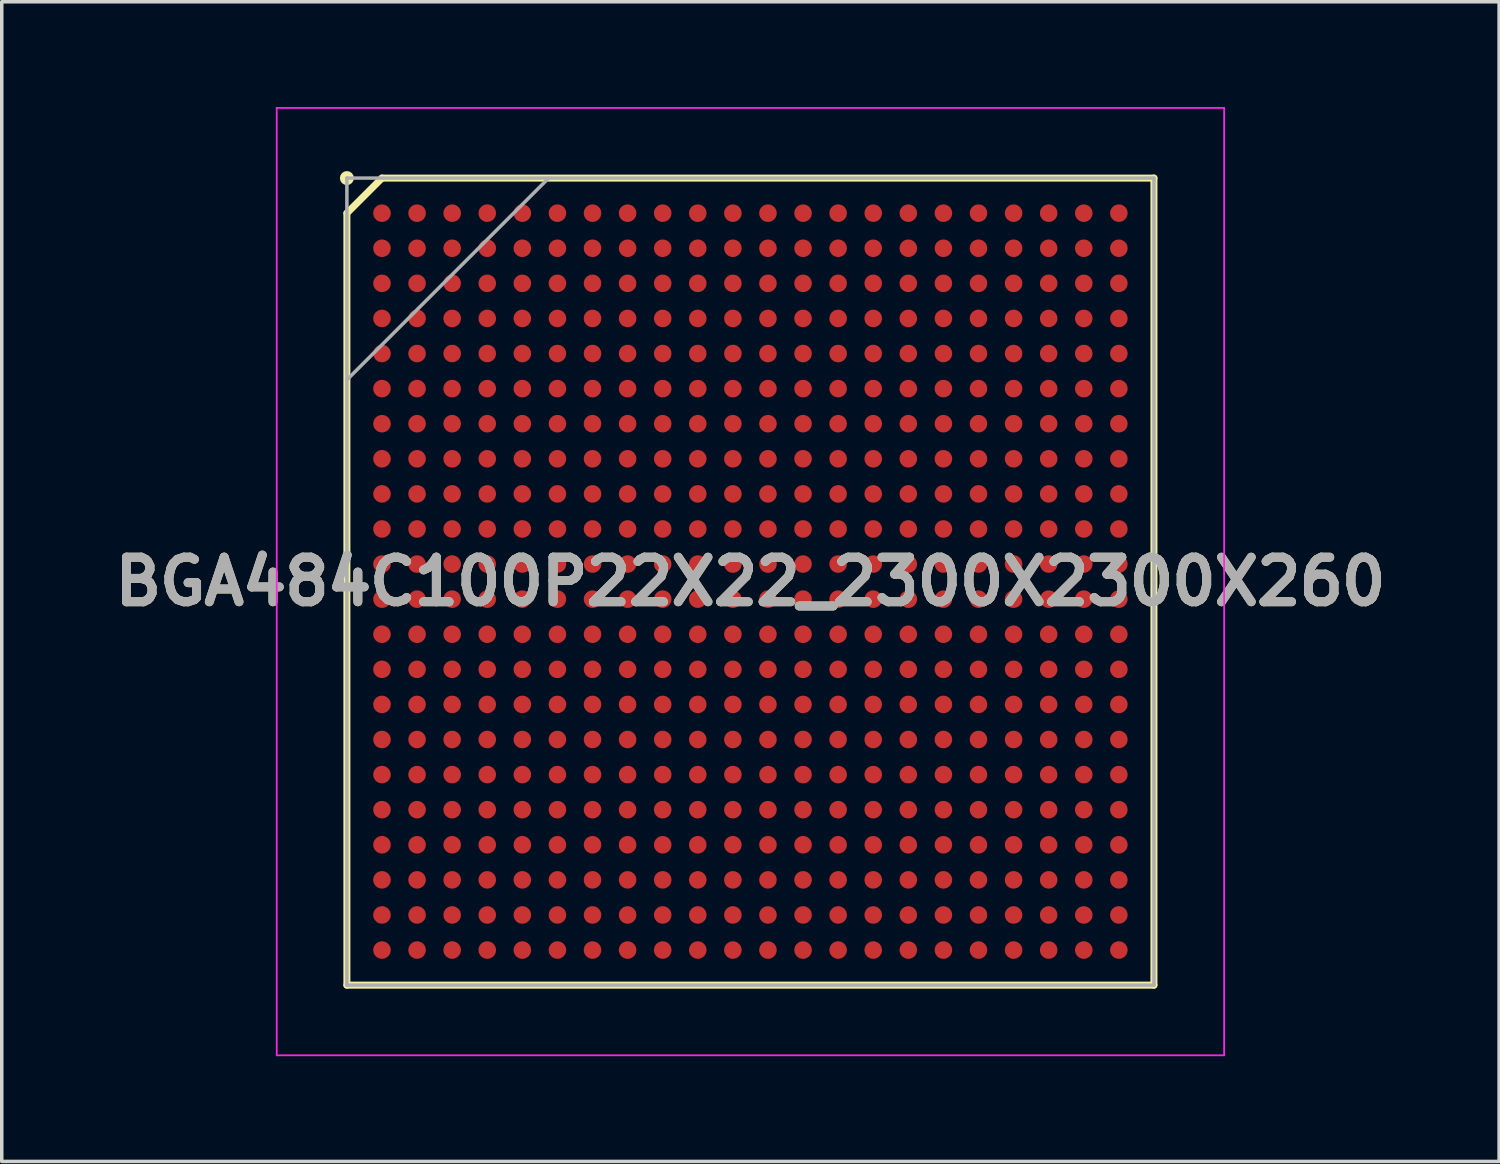
<source format=kicad_pcb>
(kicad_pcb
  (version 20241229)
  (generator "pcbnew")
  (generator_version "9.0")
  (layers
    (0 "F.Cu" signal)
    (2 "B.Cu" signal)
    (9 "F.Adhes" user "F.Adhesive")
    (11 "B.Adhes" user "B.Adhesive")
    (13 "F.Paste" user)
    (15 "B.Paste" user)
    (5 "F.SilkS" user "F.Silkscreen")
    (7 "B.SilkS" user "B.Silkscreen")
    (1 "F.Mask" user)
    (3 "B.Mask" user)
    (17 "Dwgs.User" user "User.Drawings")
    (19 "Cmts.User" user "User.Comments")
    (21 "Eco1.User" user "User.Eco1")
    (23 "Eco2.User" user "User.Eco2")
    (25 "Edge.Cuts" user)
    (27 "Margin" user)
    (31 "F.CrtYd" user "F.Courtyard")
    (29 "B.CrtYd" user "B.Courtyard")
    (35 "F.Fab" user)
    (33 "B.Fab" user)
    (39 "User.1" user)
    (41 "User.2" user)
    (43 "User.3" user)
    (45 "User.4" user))
  (footprint "BGA484C100P22X22_2300X2300X260"
    (layer "F.Cu")
    (at 18.336 13.525)
    (property "Reference" "BGA484C100P22X22_2300X2300X260" (at 0 0 0) (layer "F.SilkS") (effects (font (size 1.27 1.27) (thickness 0.254))))
    (attr smd)
    (fp_line (start -11.5 -10.5) (end -10.5 -11.5) (stroke (width 0.2) (type solid)) (layer "F.SilkS"))
    (fp_line (start -11.5 11.5) (end -11.5 -10.5) (stroke (width 0.2) (type solid)) (layer "F.SilkS"))
    (fp_line (start -10.5 -11.5) (end 11.5 -11.5) (stroke (width 0.2) (type solid)) (layer "F.SilkS"))
    (fp_line (start 11.5 -11.5) (end 11.5 11.5) (stroke (width 0.2) (type solid)) (layer "F.SilkS"))
    (fp_line (start 11.5 11.5) (end -11.5 11.5) (stroke (width 0.2) (type solid)) (layer "F.SilkS"))
    (fp_circle (center -11.5 -11.5) (end -11.5 -11.4) (stroke (width 0.2) (type solid)) (fill no) (layer "F.SilkS"))
    (fp_line (start -13.5 -13.5) (end 13.5 -13.5) (stroke (width 0.05) (type solid)) (layer "F.CrtYd"))
    (fp_line (start -13.5 13.5) (end -13.5 -13.5) (stroke (width 0.05) (type solid)) (layer "F.CrtYd"))
    (fp_line (start 13.5 -13.5) (end 13.5 13.5) (stroke (width 0.05) (type solid)) (layer "F.CrtYd"))
    (fp_line (start 13.5 13.5) (end -13.5 13.5) (stroke (width 0.05) (type solid)) (layer "F.CrtYd"))
    (fp_line (start -11.5 -11.5) (end 11.5 -11.5) (stroke (width 0.1) (type solid)) (layer "F.Fab"))
    (fp_line (start -11.5 -5.75) (end -5.75 -11.5) (stroke (width 0.1) (type solid)) (layer "F.Fab"))
    (fp_line (start -11.5 11.5) (end -11.5 -11.5) (stroke (width 0.1) (type solid)) (layer "F.Fab"))
    (fp_line (start 11.5 -11.5) (end 11.5 11.5) (stroke (width 0.1) (type solid)) (layer "F.Fab"))
    (fp_line (start 11.5 11.5) (end -11.5 11.5) (stroke (width 0.1) (type solid)) (layer "F.Fab"))
    (fp_text user "${REFERENCE}" (at 0 0 0) (layer "F.Fab") (effects (font (size 1.27 1.27) (thickness 0.254))))
    (pad "A1" smd circle (at -10.5 -10.5 90) (size 0.5 0.5) (layers "F.Cu" "F.Mask" "F.Paste"))
    (pad "A2" smd circle (at -9.5 -10.5 90) (size 0.5 0.5) (layers "F.Cu" "F.Mask" "F.Paste"))
    (pad "A3" smd circle (at -8.5 -10.5 90) (size 0.5 0.5) (layers "F.Cu" "F.Mask" "F.Paste"))
    (pad "A4" smd circle (at -7.5 -10.5 90) (size 0.5 0.5) (layers "F.Cu" "F.Mask" "F.Paste"))
    (pad "A5" smd circle (at -6.5 -10.5 90) (size 0.5 0.5) (layers "F.Cu" "F.Mask" "F.Paste"))
    (pad "A6" smd circle (at -5.5 -10.5 90) (size 0.5 0.5) (layers "F.Cu" "F.Mask" "F.Paste"))
    (pad "A7" smd circle (at -4.5 -10.5 90) (size 0.5 0.5) (layers "F.Cu" "F.Mask" "F.Paste"))
    (pad "A8" smd circle (at -3.5 -10.5 90) (size 0.5 0.5) (layers "F.Cu" "F.Mask" "F.Paste"))
    (pad "A9" smd circle (at -2.5 -10.5 90) (size 0.5 0.5) (layers "F.Cu" "F.Mask" "F.Paste"))
    (pad "A10" smd circle (at -1.5 -10.5 90) (size 0.5 0.5) (layers "F.Cu" "F.Mask" "F.Paste"))
    (pad "A11" smd circle (at -0.5 -10.5 90) (size 0.5 0.5) (layers "F.Cu" "F.Mask" "F.Paste"))
    (pad "A12" smd circle (at 0.5 -10.5 90) (size 0.5 0.5) (layers "F.Cu" "F.Mask" "F.Paste"))
    (pad "A13" smd circle (at 1.5 -10.5 90) (size 0.5 0.5) (layers "F.Cu" "F.Mask" "F.Paste"))
    (pad "A14" smd circle (at 2.5 -10.5 90) (size 0.5 0.5) (layers "F.Cu" "F.Mask" "F.Paste"))
    (pad "A15" smd circle (at 3.5 -10.5 90) (size 0.5 0.5) (layers "F.Cu" "F.Mask" "F.Paste"))
    (pad "A16" smd circle (at 4.5 -10.5 90) (size 0.5 0.5) (layers "F.Cu" "F.Mask" "F.Paste"))
    (pad "A17" smd circle (at 5.5 -10.5 90) (size 0.5 0.5) (layers "F.Cu" "F.Mask" "F.Paste"))
    (pad "A18" smd circle (at 6.5 -10.5 90) (size 0.5 0.5) (layers "F.Cu" "F.Mask" "F.Paste"))
    (pad "A19" smd circle (at 7.5 -10.5 90) (size 0.5 0.5) (layers "F.Cu" "F.Mask" "F.Paste"))
    (pad "A20" smd circle (at 8.5 -10.5 90) (size 0.5 0.5) (layers "F.Cu" "F.Mask" "F.Paste"))
    (pad "A21" smd circle (at 9.5 -10.5 90) (size 0.5 0.5) (layers "F.Cu" "F.Mask" "F.Paste"))
    (pad "A22" smd circle (at 10.5 -10.5 90) (size 0.5 0.5) (layers "F.Cu" "F.Mask" "F.Paste"))
    (pad "AA1" smd circle (at -10.5 9.5 90) (size 0.5 0.5) (layers "F.Cu" "F.Mask" "F.Paste"))
    (pad "AA2" smd circle (at -9.5 9.5 90) (size 0.5 0.5) (layers "F.Cu" "F.Mask" "F.Paste"))
    (pad "AA3" smd circle (at -8.5 9.5 90) (size 0.5 0.5) (layers "F.Cu" "F.Mask" "F.Paste"))
    (pad "AA4" smd circle (at -7.5 9.5 90) (size 0.5 0.5) (layers "F.Cu" "F.Mask" "F.Paste"))
    (pad "AA5" smd circle (at -6.5 9.5 90) (size 0.5 0.5) (layers "F.Cu" "F.Mask" "F.Paste"))
    (pad "AA6" smd circle (at -5.5 9.5 90) (size 0.5 0.5) (layers "F.Cu" "F.Mask" "F.Paste"))
    (pad "AA7" smd circle (at -4.5 9.5 90) (size 0.5 0.5) (layers "F.Cu" "F.Mask" "F.Paste"))
    (pad "AA8" smd circle (at -3.5 9.5 90) (size 0.5 0.5) (layers "F.Cu" "F.Mask" "F.Paste"))
    (pad "AA9" smd circle (at -2.5 9.5 90) (size 0.5 0.5) (layers "F.Cu" "F.Mask" "F.Paste"))
    (pad "AA10" smd circle (at -1.5 9.5 90) (size 0.5 0.5) (layers "F.Cu" "F.Mask" "F.Paste"))
    (pad "AA11" smd circle (at -0.5 9.5 90) (size 0.5 0.5) (layers "F.Cu" "F.Mask" "F.Paste"))
    (pad "AA12" smd circle (at 0.5 9.5 90) (size 0.5 0.5) (layers "F.Cu" "F.Mask" "F.Paste"))
    (pad "AA13" smd circle (at 1.5 9.5 90) (size 0.5 0.5) (layers "F.Cu" "F.Mask" "F.Paste"))
    (pad "AA14" smd circle (at 2.5 9.5 90) (size 0.5 0.5) (layers "F.Cu" "F.Mask" "F.Paste"))
    (pad "AA15" smd circle (at 3.5 9.5 90) (size 0.5 0.5) (layers "F.Cu" "F.Mask" "F.Paste"))
    (pad "AA16" smd circle (at 4.5 9.5 90) (size 0.5 0.5) (layers "F.Cu" "F.Mask" "F.Paste"))
    (pad "AA17" smd circle (at 5.5 9.5 90) (size 0.5 0.5) (layers "F.Cu" "F.Mask" "F.Paste"))
    (pad "AA18" smd circle (at 6.5 9.5 90) (size 0.5 0.5) (layers "F.Cu" "F.Mask" "F.Paste"))
    (pad "AA19" smd circle (at 7.5 9.5 90) (size 0.5 0.5) (layers "F.Cu" "F.Mask" "F.Paste"))
    (pad "AA20" smd circle (at 8.5 9.5 90) (size 0.5 0.5) (layers "F.Cu" "F.Mask" "F.Paste"))
    (pad "AA21" smd circle (at 9.5 9.5 90) (size 0.5 0.5) (layers "F.Cu" "F.Mask" "F.Paste"))
    (pad "AA22" smd circle (at 10.5 9.5 90) (size 0.5 0.5) (layers "F.Cu" "F.Mask" "F.Paste"))
    (pad "AB1" smd circle (at -10.5 10.5 90) (size 0.5 0.5) (layers "F.Cu" "F.Mask" "F.Paste"))
    (pad "AB2" smd circle (at -9.5 10.5 90) (size 0.5 0.5) (layers "F.Cu" "F.Mask" "F.Paste"))
    (pad "AB3" smd circle (at -8.5 10.5 90) (size 0.5 0.5) (layers "F.Cu" "F.Mask" "F.Paste"))
    (pad "AB4" smd circle (at -7.5 10.5 90) (size 0.5 0.5) (layers "F.Cu" "F.Mask" "F.Paste"))
    (pad "AB5" smd circle (at -6.5 10.5 90) (size 0.5 0.5) (layers "F.Cu" "F.Mask" "F.Paste"))
    (pad "AB6" smd circle (at -5.5 10.5 90) (size 0.5 0.5) (layers "F.Cu" "F.Mask" "F.Paste"))
    (pad "AB7" smd circle (at -4.5 10.5 90) (size 0.5 0.5) (layers "F.Cu" "F.Mask" "F.Paste"))
    (pad "AB8" smd circle (at -3.5 10.5 90) (size 0.5 0.5) (layers "F.Cu" "F.Mask" "F.Paste"))
    (pad "AB9" smd circle (at -2.5 10.5 90) (size 0.5 0.5) (layers "F.Cu" "F.Mask" "F.Paste"))
    (pad "AB10" smd circle (at -1.5 10.5 90) (size 0.5 0.5) (layers "F.Cu" "F.Mask" "F.Paste"))
    (pad "AB11" smd circle (at -0.5 10.5 90) (size 0.5 0.5) (layers "F.Cu" "F.Mask" "F.Paste"))
    (pad "AB12" smd circle (at 0.5 10.5 90) (size 0.5 0.5) (layers "F.Cu" "F.Mask" "F.Paste"))
    (pad "AB13" smd circle (at 1.5 10.5 90) (size 0.5 0.5) (layers "F.Cu" "F.Mask" "F.Paste"))
    (pad "AB14" smd circle (at 2.5 10.5 90) (size 0.5 0.5) (layers "F.Cu" "F.Mask" "F.Paste"))
    (pad "AB15" smd circle (at 3.5 10.5 90) (size 0.5 0.5) (layers "F.Cu" "F.Mask" "F.Paste"))
    (pad "AB16" smd circle (at 4.5 10.5 90) (size 0.5 0.5) (layers "F.Cu" "F.Mask" "F.Paste"))
    (pad "AB17" smd circle (at 5.5 10.5 90) (size 0.5 0.5) (layers "F.Cu" "F.Mask" "F.Paste"))
    (pad "AB18" smd circle (at 6.5 10.5 90) (size 0.5 0.5) (layers "F.Cu" "F.Mask" "F.Paste"))
    (pad "AB19" smd circle (at 7.5 10.5 90) (size 0.5 0.5) (layers "F.Cu" "F.Mask" "F.Paste"))
    (pad "AB20" smd circle (at 8.5 10.5 90) (size 0.5 0.5) (layers "F.Cu" "F.Mask" "F.Paste"))
    (pad "AB21" smd circle (at 9.5 10.5 90) (size 0.5 0.5) (layers "F.Cu" "F.Mask" "F.Paste"))
    (pad "AB22" smd circle (at 10.5 10.5 90) (size 0.5 0.5) (layers "F.Cu" "F.Mask" "F.Paste"))
    (pad "B1" smd circle (at -10.5 -9.5 90) (size 0.5 0.5) (layers "F.Cu" "F.Mask" "F.Paste"))
    (pad "B2" smd circle (at -9.5 -9.5 90) (size 0.5 0.5) (layers "F.Cu" "F.Mask" "F.Paste"))
    (pad "B3" smd circle (at -8.5 -9.5 90) (size 0.5 0.5) (layers "F.Cu" "F.Mask" "F.Paste"))
    (pad "B4" smd circle (at -7.5 -9.5 90) (size 0.5 0.5) (layers "F.Cu" "F.Mask" "F.Paste"))
    (pad "B5" smd circle (at -6.5 -9.5 90) (size 0.5 0.5) (layers "F.Cu" "F.Mask" "F.Paste"))
    (pad "B6" smd circle (at -5.5 -9.5 90) (size 0.5 0.5) (layers "F.Cu" "F.Mask" "F.Paste"))
    (pad "B7" smd circle (at -4.5 -9.5 90) (size 0.5 0.5) (layers "F.Cu" "F.Mask" "F.Paste"))
    (pad "B8" smd circle (at -3.5 -9.5 90) (size 0.5 0.5) (layers "F.Cu" "F.Mask" "F.Paste"))
    (pad "B9" smd circle (at -2.5 -9.5 90) (size 0.5 0.5) (layers "F.Cu" "F.Mask" "F.Paste"))
    (pad "B10" smd circle (at -1.5 -9.5 90) (size 0.5 0.5) (layers "F.Cu" "F.Mask" "F.Paste"))
    (pad "B11" smd circle (at -0.5 -9.5 90) (size 0.5 0.5) (layers "F.Cu" "F.Mask" "F.Paste"))
    (pad "B12" smd circle (at 0.5 -9.5 90) (size 0.5 0.5) (layers "F.Cu" "F.Mask" "F.Paste"))
    (pad "B13" smd circle (at 1.5 -9.5 90) (size 0.5 0.5) (layers "F.Cu" "F.Mask" "F.Paste"))
    (pad "B14" smd circle (at 2.5 -9.5 90) (size 0.5 0.5) (layers "F.Cu" "F.Mask" "F.Paste"))
    (pad "B15" smd circle (at 3.5 -9.5 90) (size 0.5 0.5) (layers "F.Cu" "F.Mask" "F.Paste"))
    (pad "B16" smd circle (at 4.5 -9.5 90) (size 0.5 0.5) (layers "F.Cu" "F.Mask" "F.Paste"))
    (pad "B17" smd circle (at 5.5 -9.5 90) (size 0.5 0.5) (layers "F.Cu" "F.Mask" "F.Paste"))
    (pad "B18" smd circle (at 6.5 -9.5 90) (size 0.5 0.5) (layers "F.Cu" "F.Mask" "F.Paste"))
    (pad "B19" smd circle (at 7.5 -9.5 90) (size 0.5 0.5) (layers "F.Cu" "F.Mask" "F.Paste"))
    (pad "B20" smd circle (at 8.5 -9.5 90) (size 0.5 0.5) (layers "F.Cu" "F.Mask" "F.Paste"))
    (pad "B21" smd circle (at 9.5 -9.5 90) (size 0.5 0.5) (layers "F.Cu" "F.Mask" "F.Paste"))
    (pad "B22" smd circle (at 10.5 -9.5 90) (size 0.5 0.5) (layers "F.Cu" "F.Mask" "F.Paste"))
    (pad "C1" smd circle (at -10.5 -8.5 90) (size 0.5 0.5) (layers "F.Cu" "F.Mask" "F.Paste"))
    (pad "C2" smd circle (at -9.5 -8.5 90) (size 0.5 0.5) (layers "F.Cu" "F.Mask" "F.Paste"))
    (pad "C3" smd circle (at -8.5 -8.5 90) (size 0.5 0.5) (layers "F.Cu" "F.Mask" "F.Paste"))
    (pad "C4" smd circle (at -7.5 -8.5 90) (size 0.5 0.5) (layers "F.Cu" "F.Mask" "F.Paste"))
    (pad "C5" smd circle (at -6.5 -8.5 90) (size 0.5 0.5) (layers "F.Cu" "F.Mask" "F.Paste"))
    (pad "C6" smd circle (at -5.5 -8.5 90) (size 0.5 0.5) (layers "F.Cu" "F.Mask" "F.Paste"))
    (pad "C7" smd circle (at -4.5 -8.5 90) (size 0.5 0.5) (layers "F.Cu" "F.Mask" "F.Paste"))
    (pad "C8" smd circle (at -3.5 -8.5 90) (size 0.5 0.5) (layers "F.Cu" "F.Mask" "F.Paste"))
    (pad "C9" smd circle (at -2.5 -8.5 90) (size 0.5 0.5) (layers "F.Cu" "F.Mask" "F.Paste"))
    (pad "C10" smd circle (at -1.5 -8.5 90) (size 0.5 0.5) (layers "F.Cu" "F.Mask" "F.Paste"))
    (pad "C11" smd circle (at -0.5 -8.5 90) (size 0.5 0.5) (layers "F.Cu" "F.Mask" "F.Paste"))
    (pad "C12" smd circle (at 0.5 -8.5 90) (size 0.5 0.5) (layers "F.Cu" "F.Mask" "F.Paste"))
    (pad "C13" smd circle (at 1.5 -8.5 90) (size 0.5 0.5) (layers "F.Cu" "F.Mask" "F.Paste"))
    (pad "C14" smd circle (at 2.5 -8.5 90) (size 0.5 0.5) (layers "F.Cu" "F.Mask" "F.Paste"))
    (pad "C15" smd circle (at 3.5 -8.5 90) (size 0.5 0.5) (layers "F.Cu" "F.Mask" "F.Paste"))
    (pad "C16" smd circle (at 4.5 -8.5 90) (size 0.5 0.5) (layers "F.Cu" "F.Mask" "F.Paste"))
    (pad "C17" smd circle (at 5.5 -8.5 90) (size 0.5 0.5) (layers "F.Cu" "F.Mask" "F.Paste"))
    (pad "C18" smd circle (at 6.5 -8.5 90) (size 0.5 0.5) (layers "F.Cu" "F.Mask" "F.Paste"))
    (pad "C19" smd circle (at 7.5 -8.5 90) (size 0.5 0.5) (layers "F.Cu" "F.Mask" "F.Paste"))
    (pad "C20" smd circle (at 8.5 -8.5 90) (size 0.5 0.5) (layers "F.Cu" "F.Mask" "F.Paste"))
    (pad "C21" smd circle (at 9.5 -8.5 90) (size 0.5 0.5) (layers "F.Cu" "F.Mask" "F.Paste"))
    (pad "C22" smd circle (at 10.5 -8.5 90) (size 0.5 0.5) (layers "F.Cu" "F.Mask" "F.Paste"))
    (pad "D1" smd circle (at -10.5 -7.5 90) (size 0.5 0.5) (layers "F.Cu" "F.Mask" "F.Paste"))
    (pad "D2" smd circle (at -9.5 -7.5 90) (size 0.5 0.5) (layers "F.Cu" "F.Mask" "F.Paste"))
    (pad "D3" smd circle (at -8.5 -7.5 90) (size 0.5 0.5) (layers "F.Cu" "F.Mask" "F.Paste"))
    (pad "D4" smd circle (at -7.5 -7.5 90) (size 0.5 0.5) (layers "F.Cu" "F.Mask" "F.Paste"))
    (pad "D5" smd circle (at -6.5 -7.5 90) (size 0.5 0.5) (layers "F.Cu" "F.Mask" "F.Paste"))
    (pad "D6" smd circle (at -5.5 -7.5 90) (size 0.5 0.5) (layers "F.Cu" "F.Mask" "F.Paste"))
    (pad "D7" smd circle (at -4.5 -7.5 90) (size 0.5 0.5) (layers "F.Cu" "F.Mask" "F.Paste"))
    (pad "D8" smd circle (at -3.5 -7.5 90) (size 0.5 0.5) (layers "F.Cu" "F.Mask" "F.Paste"))
    (pad "D9" smd circle (at -2.5 -7.5 90) (size 0.5 0.5) (layers "F.Cu" "F.Mask" "F.Paste"))
    (pad "D10" smd circle (at -1.5 -7.5 90) (size 0.5 0.5) (layers "F.Cu" "F.Mask" "F.Paste"))
    (pad "D11" smd circle (at -0.5 -7.5 90) (size 0.5 0.5) (layers "F.Cu" "F.Mask" "F.Paste"))
    (pad "D12" smd circle (at 0.5 -7.5 90) (size 0.5 0.5) (layers "F.Cu" "F.Mask" "F.Paste"))
    (pad "D13" smd circle (at 1.5 -7.5 90) (size 0.5 0.5) (layers "F.Cu" "F.Mask" "F.Paste"))
    (pad "D14" smd circle (at 2.5 -7.5 90) (size 0.5 0.5) (layers "F.Cu" "F.Mask" "F.Paste"))
    (pad "D15" smd circle (at 3.5 -7.5 90) (size 0.5 0.5) (layers "F.Cu" "F.Mask" "F.Paste"))
    (pad "D16" smd circle (at 4.5 -7.5 90) (size 0.5 0.5) (layers "F.Cu" "F.Mask" "F.Paste"))
    (pad "D17" smd circle (at 5.5 -7.5 90) (size 0.5 0.5) (layers "F.Cu" "F.Mask" "F.Paste"))
    (pad "D18" smd circle (at 6.5 -7.5 90) (size 0.5 0.5) (layers "F.Cu" "F.Mask" "F.Paste"))
    (pad "D19" smd circle (at 7.5 -7.5 90) (size 0.5 0.5) (layers "F.Cu" "F.Mask" "F.Paste"))
    (pad "D20" smd circle (at 8.5 -7.5 90) (size 0.5 0.5) (layers "F.Cu" "F.Mask" "F.Paste"))
    (pad "D21" smd circle (at 9.5 -7.5 90) (size 0.5 0.5) (layers "F.Cu" "F.Mask" "F.Paste"))
    (pad "D22" smd circle (at 10.5 -7.5 90) (size 0.5 0.5) (layers "F.Cu" "F.Mask" "F.Paste"))
    (pad "E1" smd circle (at -10.5 -6.5 90) (size 0.5 0.5) (layers "F.Cu" "F.Mask" "F.Paste"))
    (pad "E2" smd circle (at -9.5 -6.5 90) (size 0.5 0.5) (layers "F.Cu" "F.Mask" "F.Paste"))
    (pad "E3" smd circle (at -8.5 -6.5 90) (size 0.5 0.5) (layers "F.Cu" "F.Mask" "F.Paste"))
    (pad "E4" smd circle (at -7.5 -6.5 90) (size 0.5 0.5) (layers "F.Cu" "F.Mask" "F.Paste"))
    (pad "E5" smd circle (at -6.5 -6.5 90) (size 0.5 0.5) (layers "F.Cu" "F.Mask" "F.Paste"))
    (pad "E6" smd circle (at -5.5 -6.5 90) (size 0.5 0.5) (layers "F.Cu" "F.Mask" "F.Paste"))
    (pad "E7" smd circle (at -4.5 -6.5 90) (size 0.5 0.5) (layers "F.Cu" "F.Mask" "F.Paste"))
    (pad "E8" smd circle (at -3.5 -6.5 90) (size 0.5 0.5) (layers "F.Cu" "F.Mask" "F.Paste"))
    (pad "E9" smd circle (at -2.5 -6.5 90) (size 0.5 0.5) (layers "F.Cu" "F.Mask" "F.Paste"))
    (pad "E10" smd circle (at -1.5 -6.5 90) (size 0.5 0.5) (layers "F.Cu" "F.Mask" "F.Paste"))
    (pad "E11" smd circle (at -0.5 -6.5 90) (size 0.5 0.5) (layers "F.Cu" "F.Mask" "F.Paste"))
    (pad "E12" smd circle (at 0.5 -6.5 90) (size 0.5 0.5) (layers "F.Cu" "F.Mask" "F.Paste"))
    (pad "E13" smd circle (at 1.5 -6.5 90) (size 0.5 0.5) (layers "F.Cu" "F.Mask" "F.Paste"))
    (pad "E14" smd circle (at 2.5 -6.5 90) (size 0.5 0.5) (layers "F.Cu" "F.Mask" "F.Paste"))
    (pad "E15" smd circle (at 3.5 -6.5 90) (size 0.5 0.5) (layers "F.Cu" "F.Mask" "F.Paste"))
    (pad "E16" smd circle (at 4.5 -6.5 90) (size 0.5 0.5) (layers "F.Cu" "F.Mask" "F.Paste"))
    (pad "E17" smd circle (at 5.5 -6.5 90) (size 0.5 0.5) (layers "F.Cu" "F.Mask" "F.Paste"))
    (pad "E18" smd circle (at 6.5 -6.5 90) (size 0.5 0.5) (layers "F.Cu" "F.Mask" "F.Paste"))
    (pad "E19" smd circle (at 7.5 -6.5 90) (size 0.5 0.5) (layers "F.Cu" "F.Mask" "F.Paste"))
    (pad "E20" smd circle (at 8.5 -6.5 90) (size 0.5 0.5) (layers "F.Cu" "F.Mask" "F.Paste"))
    (pad "E21" smd circle (at 9.5 -6.5 90) (size 0.5 0.5) (layers "F.Cu" "F.Mask" "F.Paste"))
    (pad "E22" smd circle (at 10.5 -6.5 90) (size 0.5 0.5) (layers "F.Cu" "F.Mask" "F.Paste"))
    (pad "F1" smd circle (at -10.5 -5.5 90) (size 0.5 0.5) (layers "F.Cu" "F.Mask" "F.Paste"))
    (pad "F2" smd circle (at -9.5 -5.5 90) (size 0.5 0.5) (layers "F.Cu" "F.Mask" "F.Paste"))
    (pad "F3" smd circle (at -8.5 -5.5 90) (size 0.5 0.5) (layers "F.Cu" "F.Mask" "F.Paste"))
    (pad "F4" smd circle (at -7.5 -5.5 90) (size 0.5 0.5) (layers "F.Cu" "F.Mask" "F.Paste"))
    (pad "F5" smd circle (at -6.5 -5.5 90) (size 0.5 0.5) (layers "F.Cu" "F.Mask" "F.Paste"))
    (pad "F6" smd circle (at -5.5 -5.5 90) (size 0.5 0.5) (layers "F.Cu" "F.Mask" "F.Paste"))
    (pad "F7" smd circle (at -4.5 -5.5 90) (size 0.5 0.5) (layers "F.Cu" "F.Mask" "F.Paste"))
    (pad "F8" smd circle (at -3.5 -5.5 90) (size 0.5 0.5) (layers "F.Cu" "F.Mask" "F.Paste"))
    (pad "F9" smd circle (at -2.5 -5.5 90) (size 0.5 0.5) (layers "F.Cu" "F.Mask" "F.Paste"))
    (pad "F10" smd circle (at -1.5 -5.5 90) (size 0.5 0.5) (layers "F.Cu" "F.Mask" "F.Paste"))
    (pad "F11" smd circle (at -0.5 -5.5 90) (size 0.5 0.5) (layers "F.Cu" "F.Mask" "F.Paste"))
    (pad "F12" smd circle (at 0.5 -5.5 90) (size 0.5 0.5) (layers "F.Cu" "F.Mask" "F.Paste"))
    (pad "F13" smd circle (at 1.5 -5.5 90) (size 0.5 0.5) (layers "F.Cu" "F.Mask" "F.Paste"))
    (pad "F14" smd circle (at 2.5 -5.5 90) (size 0.5 0.5) (layers "F.Cu" "F.Mask" "F.Paste"))
    (pad "F15" smd circle (at 3.5 -5.5 90) (size 0.5 0.5) (layers "F.Cu" "F.Mask" "F.Paste"))
    (pad "F16" smd circle (at 4.5 -5.5 90) (size 0.5 0.5) (layers "F.Cu" "F.Mask" "F.Paste"))
    (pad "F17" smd circle (at 5.5 -5.5 90) (size 0.5 0.5) (layers "F.Cu" "F.Mask" "F.Paste"))
    (pad "F18" smd circle (at 6.5 -5.5 90) (size 0.5 0.5) (layers "F.Cu" "F.Mask" "F.Paste"))
    (pad "F19" smd circle (at 7.5 -5.5 90) (size 0.5 0.5) (layers "F.Cu" "F.Mask" "F.Paste"))
    (pad "F20" smd circle (at 8.5 -5.5 90) (size 0.5 0.5) (layers "F.Cu" "F.Mask" "F.Paste"))
    (pad "F21" smd circle (at 9.5 -5.5 90) (size 0.5 0.5) (layers "F.Cu" "F.Mask" "F.Paste"))
    (pad "F22" smd circle (at 10.5 -5.5 90) (size 0.5 0.5) (layers "F.Cu" "F.Mask" "F.Paste"))
    (pad "G1" smd circle (at -10.5 -4.5 90) (size 0.5 0.5) (layers "F.Cu" "F.Mask" "F.Paste"))
    (pad "G2" smd circle (at -9.5 -4.5 90) (size 0.5 0.5) (layers "F.Cu" "F.Mask" "F.Paste"))
    (pad "G3" smd circle (at -8.5 -4.5 90) (size 0.5 0.5) (layers "F.Cu" "F.Mask" "F.Paste"))
    (pad "G4" smd circle (at -7.5 -4.5 90) (size 0.5 0.5) (layers "F.Cu" "F.Mask" "F.Paste"))
    (pad "G5" smd circle (at -6.5 -4.5 90) (size 0.5 0.5) (layers "F.Cu" "F.Mask" "F.Paste"))
    (pad "G6" smd circle (at -5.5 -4.5 90) (size 0.5 0.5) (layers "F.Cu" "F.Mask" "F.Paste"))
    (pad "G7" smd circle (at -4.5 -4.5 90) (size 0.5 0.5) (layers "F.Cu" "F.Mask" "F.Paste"))
    (pad "G8" smd circle (at -3.5 -4.5 90) (size 0.5 0.5) (layers "F.Cu" "F.Mask" "F.Paste"))
    (pad "G9" smd circle (at -2.5 -4.5 90) (size 0.5 0.5) (layers "F.Cu" "F.Mask" "F.Paste"))
    (pad "G10" smd circle (at -1.5 -4.5 90) (size 0.5 0.5) (layers "F.Cu" "F.Mask" "F.Paste"))
    (pad "G11" smd circle (at -0.5 -4.5 90) (size 0.5 0.5) (layers "F.Cu" "F.Mask" "F.Paste"))
    (pad "G12" smd circle (at 0.5 -4.5 90) (size 0.5 0.5) (layers "F.Cu" "F.Mask" "F.Paste"))
    (pad "G13" smd circle (at 1.5 -4.5 90) (size 0.5 0.5) (layers "F.Cu" "F.Mask" "F.Paste"))
    (pad "G14" smd circle (at 2.5 -4.5 90) (size 0.5 0.5) (layers "F.Cu" "F.Mask" "F.Paste"))
    (pad "G15" smd circle (at 3.5 -4.5 90) (size 0.5 0.5) (layers "F.Cu" "F.Mask" "F.Paste"))
    (pad "G16" smd circle (at 4.5 -4.5 90) (size 0.5 0.5) (layers "F.Cu" "F.Mask" "F.Paste"))
    (pad "G17" smd circle (at 5.5 -4.5 90) (size 0.5 0.5) (layers "F.Cu" "F.Mask" "F.Paste"))
    (pad "G18" smd circle (at 6.5 -4.5 90) (size 0.5 0.5) (layers "F.Cu" "F.Mask" "F.Paste"))
    (pad "G19" smd circle (at 7.5 -4.5 90) (size 0.5 0.5) (layers "F.Cu" "F.Mask" "F.Paste"))
    (pad "G20" smd circle (at 8.5 -4.5 90) (size 0.5 0.5) (layers "F.Cu" "F.Mask" "F.Paste"))
    (pad "G21" smd circle (at 9.5 -4.5 90) (size 0.5 0.5) (layers "F.Cu" "F.Mask" "F.Paste"))
    (pad "G22" smd circle (at 10.5 -4.5 90) (size 0.5 0.5) (layers "F.Cu" "F.Mask" "F.Paste"))
    (pad "H1" smd circle (at -10.5 -3.5 90) (size 0.5 0.5) (layers "F.Cu" "F.Mask" "F.Paste"))
    (pad "H2" smd circle (at -9.5 -3.5 90) (size 0.5 0.5) (layers "F.Cu" "F.Mask" "F.Paste"))
    (pad "H3" smd circle (at -8.5 -3.5 90) (size 0.5 0.5) (layers "F.Cu" "F.Mask" "F.Paste"))
    (pad "H4" smd circle (at -7.5 -3.5 90) (size 0.5 0.5) (layers "F.Cu" "F.Mask" "F.Paste"))
    (pad "H5" smd circle (at -6.5 -3.5 90) (size 0.5 0.5) (layers "F.Cu" "F.Mask" "F.Paste"))
    (pad "H6" smd circle (at -5.5 -3.5 90) (size 0.5 0.5) (layers "F.Cu" "F.Mask" "F.Paste"))
    (pad "H7" smd circle (at -4.5 -3.5 90) (size 0.5 0.5) (layers "F.Cu" "F.Mask" "F.Paste"))
    (pad "H8" smd circle (at -3.5 -3.5 90) (size 0.5 0.5) (layers "F.Cu" "F.Mask" "F.Paste"))
    (pad "H9" smd circle (at -2.5 -3.5 90) (size 0.5 0.5) (layers "F.Cu" "F.Mask" "F.Paste"))
    (pad "H10" smd circle (at -1.5 -3.5 90) (size 0.5 0.5) (layers "F.Cu" "F.Mask" "F.Paste"))
    (pad "H11" smd circle (at -0.5 -3.5 90) (size 0.5 0.5) (layers "F.Cu" "F.Mask" "F.Paste"))
    (pad "H12" smd circle (at 0.5 -3.5 90) (size 0.5 0.5) (layers "F.Cu" "F.Mask" "F.Paste"))
    (pad "H13" smd circle (at 1.5 -3.5 90) (size 0.5 0.5) (layers "F.Cu" "F.Mask" "F.Paste"))
    (pad "H14" smd circle (at 2.5 -3.5 90) (size 0.5 0.5) (layers "F.Cu" "F.Mask" "F.Paste"))
    (pad "H15" smd circle (at 3.5 -3.5 90) (size 0.5 0.5) (layers "F.Cu" "F.Mask" "F.Paste"))
    (pad "H16" smd circle (at 4.5 -3.5 90) (size 0.5 0.5) (layers "F.Cu" "F.Mask" "F.Paste"))
    (pad "H17" smd circle (at 5.5 -3.5 90) (size 0.5 0.5) (layers "F.Cu" "F.Mask" "F.Paste"))
    (pad "H18" smd circle (at 6.5 -3.5 90) (size 0.5 0.5) (layers "F.Cu" "F.Mask" "F.Paste"))
    (pad "H19" smd circle (at 7.5 -3.5 90) (size 0.5 0.5) (layers "F.Cu" "F.Mask" "F.Paste"))
    (pad "H20" smd circle (at 8.5 -3.5 90) (size 0.5 0.5) (layers "F.Cu" "F.Mask" "F.Paste"))
    (pad "H21" smd circle (at 9.5 -3.5 90) (size 0.5 0.5) (layers "F.Cu" "F.Mask" "F.Paste"))
    (pad "H22" smd circle (at 10.5 -3.5 90) (size 0.5 0.5) (layers "F.Cu" "F.Mask" "F.Paste"))
    (pad "J1" smd circle (at -10.5 -2.5 90) (size 0.5 0.5) (layers "F.Cu" "F.Mask" "F.Paste"))
    (pad "J2" smd circle (at -9.5 -2.5 90) (size 0.5 0.5) (layers "F.Cu" "F.Mask" "F.Paste"))
    (pad "J3" smd circle (at -8.5 -2.5 90) (size 0.5 0.5) (layers "F.Cu" "F.Mask" "F.Paste"))
    (pad "J4" smd circle (at -7.5 -2.5 90) (size 0.5 0.5) (layers "F.Cu" "F.Mask" "F.Paste"))
    (pad "J5" smd circle (at -6.5 -2.5 90) (size 0.5 0.5) (layers "F.Cu" "F.Mask" "F.Paste"))
    (pad "J6" smd circle (at -5.5 -2.5 90) (size 0.5 0.5) (layers "F.Cu" "F.Mask" "F.Paste"))
    (pad "J7" smd circle (at -4.5 -2.5 90) (size 0.5 0.5) (layers "F.Cu" "F.Mask" "F.Paste"))
    (pad "J8" smd circle (at -3.5 -2.5 90) (size 0.5 0.5) (layers "F.Cu" "F.Mask" "F.Paste"))
    (pad "J9" smd circle (at -2.5 -2.5 90) (size 0.5 0.5) (layers "F.Cu" "F.Mask" "F.Paste"))
    (pad "J10" smd circle (at -1.5 -2.5 90) (size 0.5 0.5) (layers "F.Cu" "F.Mask" "F.Paste"))
    (pad "J11" smd circle (at -0.5 -2.5 90) (size 0.5 0.5) (layers "F.Cu" "F.Mask" "F.Paste"))
    (pad "J12" smd circle (at 0.5 -2.5 90) (size 0.5 0.5) (layers "F.Cu" "F.Mask" "F.Paste"))
    (pad "J13" smd circle (at 1.5 -2.5 90) (size 0.5 0.5) (layers "F.Cu" "F.Mask" "F.Paste"))
    (pad "J14" smd circle (at 2.5 -2.5 90) (size 0.5 0.5) (layers "F.Cu" "F.Mask" "F.Paste"))
    (pad "J15" smd circle (at 3.5 -2.5 90) (size 0.5 0.5) (layers "F.Cu" "F.Mask" "F.Paste"))
    (pad "J16" smd circle (at 4.5 -2.5 90) (size 0.5 0.5) (layers "F.Cu" "F.Mask" "F.Paste"))
    (pad "J17" smd circle (at 5.5 -2.5 90) (size 0.5 0.5) (layers "F.Cu" "F.Mask" "F.Paste"))
    (pad "J18" smd circle (at 6.5 -2.5 90) (size 0.5 0.5) (layers "F.Cu" "F.Mask" "F.Paste"))
    (pad "J19" smd circle (at 7.5 -2.5 90) (size 0.5 0.5) (layers "F.Cu" "F.Mask" "F.Paste"))
    (pad "J20" smd circle (at 8.5 -2.5 90) (size 0.5 0.5) (layers "F.Cu" "F.Mask" "F.Paste"))
    (pad "J21" smd circle (at 9.5 -2.5 90) (size 0.5 0.5) (layers "F.Cu" "F.Mask" "F.Paste"))
    (pad "J22" smd circle (at 10.5 -2.5 90) (size 0.5 0.5) (layers "F.Cu" "F.Mask" "F.Paste"))
    (pad "K1" smd circle (at -10.5 -1.5 90) (size 0.5 0.5) (layers "F.Cu" "F.Mask" "F.Paste"))
    (pad "K2" smd circle (at -9.5 -1.5 90) (size 0.5 0.5) (layers "F.Cu" "F.Mask" "F.Paste"))
    (pad "K3" smd circle (at -8.5 -1.5 90) (size 0.5 0.5) (layers "F.Cu" "F.Mask" "F.Paste"))
    (pad "K4" smd circle (at -7.5 -1.5 90) (size 0.5 0.5) (layers "F.Cu" "F.Mask" "F.Paste"))
    (pad "K5" smd circle (at -6.5 -1.5 90) (size 0.5 0.5) (layers "F.Cu" "F.Mask" "F.Paste"))
    (pad "K6" smd circle (at -5.5 -1.5 90) (size 0.5 0.5) (layers "F.Cu" "F.Mask" "F.Paste"))
    (pad "K7" smd circle (at -4.5 -1.5 90) (size 0.5 0.5) (layers "F.Cu" "F.Mask" "F.Paste"))
    (pad "K8" smd circle (at -3.5 -1.5 90) (size 0.5 0.5) (layers "F.Cu" "F.Mask" "F.Paste"))
    (pad "K9" smd circle (at -2.5 -1.5 90) (size 0.5 0.5) (layers "F.Cu" "F.Mask" "F.Paste"))
    (pad "K10" smd circle (at -1.5 -1.5 90) (size 0.5 0.5) (layers "F.Cu" "F.Mask" "F.Paste"))
    (pad "K11" smd circle (at -0.5 -1.5 90) (size 0.5 0.5) (layers "F.Cu" "F.Mask" "F.Paste"))
    (pad "K12" smd circle (at 0.5 -1.5 90) (size 0.5 0.5) (layers "F.Cu" "F.Mask" "F.Paste"))
    (pad "K13" smd circle (at 1.5 -1.5 90) (size 0.5 0.5) (layers "F.Cu" "F.Mask" "F.Paste"))
    (pad "K14" smd circle (at 2.5 -1.5 90) (size 0.5 0.5) (layers "F.Cu" "F.Mask" "F.Paste"))
    (pad "K15" smd circle (at 3.5 -1.5 90) (size 0.5 0.5) (layers "F.Cu" "F.Mask" "F.Paste"))
    (pad "K16" smd circle (at 4.5 -1.5 90) (size 0.5 0.5) (layers "F.Cu" "F.Mask" "F.Paste"))
    (pad "K17" smd circle (at 5.5 -1.5 90) (size 0.5 0.5) (layers "F.Cu" "F.Mask" "F.Paste"))
    (pad "K18" smd circle (at 6.5 -1.5 90) (size 0.5 0.5) (layers "F.Cu" "F.Mask" "F.Paste"))
    (pad "K19" smd circle (at 7.5 -1.5 90) (size 0.5 0.5) (layers "F.Cu" "F.Mask" "F.Paste"))
    (pad "K20" smd circle (at 8.5 -1.5 90) (size 0.5 0.5) (layers "F.Cu" "F.Mask" "F.Paste"))
    (pad "K21" smd circle (at 9.5 -1.5 90) (size 0.5 0.5) (layers "F.Cu" "F.Mask" "F.Paste"))
    (pad "K22" smd circle (at 10.5 -1.5 90) (size 0.5 0.5) (layers "F.Cu" "F.Mask" "F.Paste"))
    (pad "L1" smd circle (at -10.5 -0.5 90) (size 0.5 0.5) (layers "F.Cu" "F.Mask" "F.Paste"))
    (pad "L2" smd circle (at -9.5 -0.5 90) (size 0.5 0.5) (layers "F.Cu" "F.Mask" "F.Paste"))
    (pad "L3" smd circle (at -8.5 -0.5 90) (size 0.5 0.5) (layers "F.Cu" "F.Mask" "F.Paste"))
    (pad "L4" smd circle (at -7.5 -0.5 90) (size 0.5 0.5) (layers "F.Cu" "F.Mask" "F.Paste"))
    (pad "L5" smd circle (at -6.5 -0.5 90) (size 0.5 0.5) (layers "F.Cu" "F.Mask" "F.Paste"))
    (pad "L6" smd circle (at -5.5 -0.5 90) (size 0.5 0.5) (layers "F.Cu" "F.Mask" "F.Paste"))
    (pad "L7" smd circle (at -4.5 -0.5 90) (size 0.5 0.5) (layers "F.Cu" "F.Mask" "F.Paste"))
    (pad "L8" smd circle (at -3.5 -0.5 90) (size 0.5 0.5) (layers "F.Cu" "F.Mask" "F.Paste"))
    (pad "L9" smd circle (at -2.5 -0.5 90) (size 0.5 0.5) (layers "F.Cu" "F.Mask" "F.Paste"))
    (pad "L10" smd circle (at -1.5 -0.5 90) (size 0.5 0.5) (layers "F.Cu" "F.Mask" "F.Paste"))
    (pad "L11" smd circle (at -0.5 -0.5 90) (size 0.5 0.5) (layers "F.Cu" "F.Mask" "F.Paste"))
    (pad "L12" smd circle (at 0.5 -0.5 90) (size 0.5 0.5) (layers "F.Cu" "F.Mask" "F.Paste"))
    (pad "L13" smd circle (at 1.5 -0.5 90) (size 0.5 0.5) (layers "F.Cu" "F.Mask" "F.Paste"))
    (pad "L14" smd circle (at 2.5 -0.5 90) (size 0.5 0.5) (layers "F.Cu" "F.Mask" "F.Paste"))
    (pad "L15" smd circle (at 3.5 -0.5 90) (size 0.5 0.5) (layers "F.Cu" "F.Mask" "F.Paste"))
    (pad "L16" smd circle (at 4.5 -0.5 90) (size 0.5 0.5) (layers "F.Cu" "F.Mask" "F.Paste"))
    (pad "L17" smd circle (at 5.5 -0.5 90) (size 0.5 0.5) (layers "F.Cu" "F.Mask" "F.Paste"))
    (pad "L18" smd circle (at 6.5 -0.5 90) (size 0.5 0.5) (layers "F.Cu" "F.Mask" "F.Paste"))
    (pad "L19" smd circle (at 7.5 -0.5 90) (size 0.5 0.5) (layers "F.Cu" "F.Mask" "F.Paste"))
    (pad "L20" smd circle (at 8.5 -0.5 90) (size 0.5 0.5) (layers "F.Cu" "F.Mask" "F.Paste"))
    (pad "L21" smd circle (at 9.5 -0.5 90) (size 0.5 0.5) (layers "F.Cu" "F.Mask" "F.Paste"))
    (pad "L22" smd circle (at 10.5 -0.5 90) (size 0.5 0.5) (layers "F.Cu" "F.Mask" "F.Paste"))
    (pad "M1" smd circle (at -10.5 0.5 90) (size 0.5 0.5) (layers "F.Cu" "F.Mask" "F.Paste"))
    (pad "M2" smd circle (at -9.5 0.5 90) (size 0.5 0.5) (layers "F.Cu" "F.Mask" "F.Paste"))
    (pad "M3" smd circle (at -8.5 0.5 90) (size 0.5 0.5) (layers "F.Cu" "F.Mask" "F.Paste"))
    (pad "M4" smd circle (at -7.5 0.5 90) (size 0.5 0.5) (layers "F.Cu" "F.Mask" "F.Paste"))
    (pad "M5" smd circle (at -6.5 0.5 90) (size 0.5 0.5) (layers "F.Cu" "F.Mask" "F.Paste"))
    (pad "M6" smd circle (at -5.5 0.5 90) (size 0.5 0.5) (layers "F.Cu" "F.Mask" "F.Paste"))
    (pad "M7" smd circle (at -4.5 0.5 90) (size 0.5 0.5) (layers "F.Cu" "F.Mask" "F.Paste"))
    (pad "M8" smd circle (at -3.5 0.5 90) (size 0.5 0.5) (layers "F.Cu" "F.Mask" "F.Paste"))
    (pad "M9" smd circle (at -2.5 0.5 90) (size 0.5 0.5) (layers "F.Cu" "F.Mask" "F.Paste"))
    (pad "M10" smd circle (at -1.5 0.5 90) (size 0.5 0.5) (layers "F.Cu" "F.Mask" "F.Paste"))
    (pad "M11" smd circle (at -0.5 0.5 90) (size 0.5 0.5) (layers "F.Cu" "F.Mask" "F.Paste"))
    (pad "M12" smd circle (at 0.5 0.5 90) (size 0.5 0.5) (layers "F.Cu" "F.Mask" "F.Paste"))
    (pad "M13" smd circle (at 1.5 0.5 90) (size 0.5 0.5) (layers "F.Cu" "F.Mask" "F.Paste"))
    (pad "M14" smd circle (at 2.5 0.5 90) (size 0.5 0.5) (layers "F.Cu" "F.Mask" "F.Paste"))
    (pad "M15" smd circle (at 3.5 0.5 90) (size 0.5 0.5) (layers "F.Cu" "F.Mask" "F.Paste"))
    (pad "M16" smd circle (at 4.5 0.5 90) (size 0.5 0.5) (layers "F.Cu" "F.Mask" "F.Paste"))
    (pad "M17" smd circle (at 5.5 0.5 90) (size 0.5 0.5) (layers "F.Cu" "F.Mask" "F.Paste"))
    (pad "M18" smd circle (at 6.5 0.5 90) (size 0.5 0.5) (layers "F.Cu" "F.Mask" "F.Paste"))
    (pad "M19" smd circle (at 7.5 0.5 90) (size 0.5 0.5) (layers "F.Cu" "F.Mask" "F.Paste"))
    (pad "M20" smd circle (at 8.5 0.5 90) (size 0.5 0.5) (layers "F.Cu" "F.Mask" "F.Paste"))
    (pad "M21" smd circle (at 9.5 0.5 90) (size 0.5 0.5) (layers "F.Cu" "F.Mask" "F.Paste"))
    (pad "M22" smd circle (at 10.5 0.5 90) (size 0.5 0.5) (layers "F.Cu" "F.Mask" "F.Paste"))
    (pad "N1" smd circle (at -10.5 1.5 90) (size 0.5 0.5) (layers "F.Cu" "F.Mask" "F.Paste"))
    (pad "N2" smd circle (at -9.5 1.5 90) (size 0.5 0.5) (layers "F.Cu" "F.Mask" "F.Paste"))
    (pad "N3" smd circle (at -8.5 1.5 90) (size 0.5 0.5) (layers "F.Cu" "F.Mask" "F.Paste"))
    (pad "N4" smd circle (at -7.5 1.5 90) (size 0.5 0.5) (layers "F.Cu" "F.Mask" "F.Paste"))
    (pad "N5" smd circle (at -6.5 1.5 90) (size 0.5 0.5) (layers "F.Cu" "F.Mask" "F.Paste"))
    (pad "N6" smd circle (at -5.5 1.5 90) (size 0.5 0.5) (layers "F.Cu" "F.Mask" "F.Paste"))
    (pad "N7" smd circle (at -4.5 1.5 90) (size 0.5 0.5) (layers "F.Cu" "F.Mask" "F.Paste"))
    (pad "N8" smd circle (at -3.5 1.5 90) (size 0.5 0.5) (layers "F.Cu" "F.Mask" "F.Paste"))
    (pad "N9" smd circle (at -2.5 1.5 90) (size 0.5 0.5) (layers "F.Cu" "F.Mask" "F.Paste"))
    (pad "N10" smd circle (at -1.5 1.5 90) (size 0.5 0.5) (layers "F.Cu" "F.Mask" "F.Paste"))
    (pad "N11" smd circle (at -0.5 1.5 90) (size 0.5 0.5) (layers "F.Cu" "F.Mask" "F.Paste"))
    (pad "N12" smd circle (at 0.5 1.5 90) (size 0.5 0.5) (layers "F.Cu" "F.Mask" "F.Paste"))
    (pad "N13" smd circle (at 1.5 1.5 90) (size 0.5 0.5) (layers "F.Cu" "F.Mask" "F.Paste"))
    (pad "N14" smd circle (at 2.5 1.5 90) (size 0.5 0.5) (layers "F.Cu" "F.Mask" "F.Paste"))
    (pad "N15" smd circle (at 3.5 1.5 90) (size 0.5 0.5) (layers "F.Cu" "F.Mask" "F.Paste"))
    (pad "N16" smd circle (at 4.5 1.5 90) (size 0.5 0.5) (layers "F.Cu" "F.Mask" "F.Paste"))
    (pad "N17" smd circle (at 5.5 1.5 90) (size 0.5 0.5) (layers "F.Cu" "F.Mask" "F.Paste"))
    (pad "N18" smd circle (at 6.5 1.5 90) (size 0.5 0.5) (layers "F.Cu" "F.Mask" "F.Paste"))
    (pad "N19" smd circle (at 7.5 1.5 90) (size 0.5 0.5) (layers "F.Cu" "F.Mask" "F.Paste"))
    (pad "N20" smd circle (at 8.5 1.5 90) (size 0.5 0.5) (layers "F.Cu" "F.Mask" "F.Paste"))
    (pad "N21" smd circle (at 9.5 1.5 90) (size 0.5 0.5) (layers "F.Cu" "F.Mask" "F.Paste"))
    (pad "N22" smd circle (at 10.5 1.5 90) (size 0.5 0.5) (layers "F.Cu" "F.Mask" "F.Paste"))
    (pad "P1" smd circle (at -10.5 2.5 90) (size 0.5 0.5) (layers "F.Cu" "F.Mask" "F.Paste"))
    (pad "P2" smd circle (at -9.5 2.5 90) (size 0.5 0.5) (layers "F.Cu" "F.Mask" "F.Paste"))
    (pad "P3" smd circle (at -8.5 2.5 90) (size 0.5 0.5) (layers "F.Cu" "F.Mask" "F.Paste"))
    (pad "P4" smd circle (at -7.5 2.5 90) (size 0.5 0.5) (layers "F.Cu" "F.Mask" "F.Paste"))
    (pad "P5" smd circle (at -6.5 2.5 90) (size 0.5 0.5) (layers "F.Cu" "F.Mask" "F.Paste"))
    (pad "P6" smd circle (at -5.5 2.5 90) (size 0.5 0.5) (layers "F.Cu" "F.Mask" "F.Paste"))
    (pad "P7" smd circle (at -4.5 2.5 90) (size 0.5 0.5) (layers "F.Cu" "F.Mask" "F.Paste"))
    (pad "P8" smd circle (at -3.5 2.5 90) (size 0.5 0.5) (layers "F.Cu" "F.Mask" "F.Paste"))
    (pad "P9" smd circle (at -2.5 2.5 90) (size 0.5 0.5) (layers "F.Cu" "F.Mask" "F.Paste"))
    (pad "P10" smd circle (at -1.5 2.5 90) (size 0.5 0.5) (layers "F.Cu" "F.Mask" "F.Paste"))
    (pad "P11" smd circle (at -0.5 2.5 90) (size 0.5 0.5) (layers "F.Cu" "F.Mask" "F.Paste"))
    (pad "P12" smd circle (at 0.5 2.5 90) (size 0.5 0.5) (layers "F.Cu" "F.Mask" "F.Paste"))
    (pad "P13" smd circle (at 1.5 2.5 90) (size 0.5 0.5) (layers "F.Cu" "F.Mask" "F.Paste"))
    (pad "P14" smd circle (at 2.5 2.5 90) (size 0.5 0.5) (layers "F.Cu" "F.Mask" "F.Paste"))
    (pad "P15" smd circle (at 3.5 2.5 90) (size 0.5 0.5) (layers "F.Cu" "F.Mask" "F.Paste"))
    (pad "P16" smd circle (at 4.5 2.5 90) (size 0.5 0.5) (layers "F.Cu" "F.Mask" "F.Paste"))
    (pad "P17" smd circle (at 5.5 2.5 90) (size 0.5 0.5) (layers "F.Cu" "F.Mask" "F.Paste"))
    (pad "P18" smd circle (at 6.5 2.5 90) (size 0.5 0.5) (layers "F.Cu" "F.Mask" "F.Paste"))
    (pad "P19" smd circle (at 7.5 2.5 90) (size 0.5 0.5) (layers "F.Cu" "F.Mask" "F.Paste"))
    (pad "P20" smd circle (at 8.5 2.5 90) (size 0.5 0.5) (layers "F.Cu" "F.Mask" "F.Paste"))
    (pad "P21" smd circle (at 9.5 2.5 90) (size 0.5 0.5) (layers "F.Cu" "F.Mask" "F.Paste"))
    (pad "P22" smd circle (at 10.5 2.5 90) (size 0.5 0.5) (layers "F.Cu" "F.Mask" "F.Paste"))
    (pad "R1" smd circle (at -10.5 3.5 90) (size 0.5 0.5) (layers "F.Cu" "F.Mask" "F.Paste"))
    (pad "R2" smd circle (at -9.5 3.5 90) (size 0.5 0.5) (layers "F.Cu" "F.Mask" "F.Paste"))
    (pad "R3" smd circle (at -8.5 3.5 90) (size 0.5 0.5) (layers "F.Cu" "F.Mask" "F.Paste"))
    (pad "R4" smd circle (at -7.5 3.5 90) (size 0.5 0.5) (layers "F.Cu" "F.Mask" "F.Paste"))
    (pad "R5" smd circle (at -6.5 3.5 90) (size 0.5 0.5) (layers "F.Cu" "F.Mask" "F.Paste"))
    (pad "R6" smd circle (at -5.5 3.5 90) (size 0.5 0.5) (layers "F.Cu" "F.Mask" "F.Paste"))
    (pad "R7" smd circle (at -4.5 3.5 90) (size 0.5 0.5) (layers "F.Cu" "F.Mask" "F.Paste"))
    (pad "R8" smd circle (at -3.5 3.5 90) (size 0.5 0.5) (layers "F.Cu" "F.Mask" "F.Paste"))
    (pad "R9" smd circle (at -2.5 3.5 90) (size 0.5 0.5) (layers "F.Cu" "F.Mask" "F.Paste"))
    (pad "R10" smd circle (at -1.5 3.5 90) (size 0.5 0.5) (layers "F.Cu" "F.Mask" "F.Paste"))
    (pad "R11" smd circle (at -0.5 3.5 90) (size 0.5 0.5) (layers "F.Cu" "F.Mask" "F.Paste"))
    (pad "R12" smd circle (at 0.5 3.5 90) (size 0.5 0.5) (layers "F.Cu" "F.Mask" "F.Paste"))
    (pad "R13" smd circle (at 1.5 3.5 90) (size 0.5 0.5) (layers "F.Cu" "F.Mask" "F.Paste"))
    (pad "R14" smd circle (at 2.5 3.5 90) (size 0.5 0.5) (layers "F.Cu" "F.Mask" "F.Paste"))
    (pad "R15" smd circle (at 3.5 3.5 90) (size 0.5 0.5) (layers "F.Cu" "F.Mask" "F.Paste"))
    (pad "R16" smd circle (at 4.5 3.5 90) (size 0.5 0.5) (layers "F.Cu" "F.Mask" "F.Paste"))
    (pad "R17" smd circle (at 5.5 3.5 90) (size 0.5 0.5) (layers "F.Cu" "F.Mask" "F.Paste"))
    (pad "R18" smd circle (at 6.5 3.5 90) (size 0.5 0.5) (layers "F.Cu" "F.Mask" "F.Paste"))
    (pad "R19" smd circle (at 7.5 3.5 90) (size 0.5 0.5) (layers "F.Cu" "F.Mask" "F.Paste"))
    (pad "R20" smd circle (at 8.5 3.5 90) (size 0.5 0.5) (layers "F.Cu" "F.Mask" "F.Paste"))
    (pad "R21" smd circle (at 9.5 3.5 90) (size 0.5 0.5) (layers "F.Cu" "F.Mask" "F.Paste"))
    (pad "R22" smd circle (at 10.5 3.5 90) (size 0.5 0.5) (layers "F.Cu" "F.Mask" "F.Paste"))
    (pad "T1" smd circle (at -10.5 4.5 90) (size 0.5 0.5) (layers "F.Cu" "F.Mask" "F.Paste"))
    (pad "T2" smd circle (at -9.5 4.5 90) (size 0.5 0.5) (layers "F.Cu" "F.Mask" "F.Paste"))
    (pad "T3" smd circle (at -8.5 4.5 90) (size 0.5 0.5) (layers "F.Cu" "F.Mask" "F.Paste"))
    (pad "T4" smd circle (at -7.5 4.5 90) (size 0.5 0.5) (layers "F.Cu" "F.Mask" "F.Paste"))
    (pad "T5" smd circle (at -6.5 4.5 90) (size 0.5 0.5) (layers "F.Cu" "F.Mask" "F.Paste"))
    (pad "T6" smd circle (at -5.5 4.5 90) (size 0.5 0.5) (layers "F.Cu" "F.Mask" "F.Paste"))
    (pad "T7" smd circle (at -4.5 4.5 90) (size 0.5 0.5) (layers "F.Cu" "F.Mask" "F.Paste"))
    (pad "T8" smd circle (at -3.5 4.5 90) (size 0.5 0.5) (layers "F.Cu" "F.Mask" "F.Paste"))
    (pad "T9" smd circle (at -2.5 4.5 90) (size 0.5 0.5) (layers "F.Cu" "F.Mask" "F.Paste"))
    (pad "T10" smd circle (at -1.5 4.5 90) (size 0.5 0.5) (layers "F.Cu" "F.Mask" "F.Paste"))
    (pad "T11" smd circle (at -0.5 4.5 90) (size 0.5 0.5) (layers "F.Cu" "F.Mask" "F.Paste"))
    (pad "T12" smd circle (at 0.5 4.5 90) (size 0.5 0.5) (layers "F.Cu" "F.Mask" "F.Paste"))
    (pad "T13" smd circle (at 1.5 4.5 90) (size 0.5 0.5) (layers "F.Cu" "F.Mask" "F.Paste"))
    (pad "T14" smd circle (at 2.5 4.5 90) (size 0.5 0.5) (layers "F.Cu" "F.Mask" "F.Paste"))
    (pad "T15" smd circle (at 3.5 4.5 90) (size 0.5 0.5) (layers "F.Cu" "F.Mask" "F.Paste"))
    (pad "T16" smd circle (at 4.5 4.5 90) (size 0.5 0.5) (layers "F.Cu" "F.Mask" "F.Paste"))
    (pad "T17" smd circle (at 5.5 4.5 90) (size 0.5 0.5) (layers "F.Cu" "F.Mask" "F.Paste"))
    (pad "T18" smd circle (at 6.5 4.5 90) (size 0.5 0.5) (layers "F.Cu" "F.Mask" "F.Paste"))
    (pad "T19" smd circle (at 7.5 4.5 90) (size 0.5 0.5) (layers "F.Cu" "F.Mask" "F.Paste"))
    (pad "T20" smd circle (at 8.5 4.5 90) (size 0.5 0.5) (layers "F.Cu" "F.Mask" "F.Paste"))
    (pad "T21" smd circle (at 9.5 4.5 90) (size 0.5 0.5) (layers "F.Cu" "F.Mask" "F.Paste"))
    (pad "T22" smd circle (at 10.5 4.5 90) (size 0.5 0.5) (layers "F.Cu" "F.Mask" "F.Paste"))
    (pad "U1" smd circle (at -10.5 5.5 90) (size 0.5 0.5) (layers "F.Cu" "F.Mask" "F.Paste"))
    (pad "U2" smd circle (at -9.5 5.5 90) (size 0.5 0.5) (layers "F.Cu" "F.Mask" "F.Paste"))
    (pad "U3" smd circle (at -8.5 5.5 90) (size 0.5 0.5) (layers "F.Cu" "F.Mask" "F.Paste"))
    (pad "U4" smd circle (at -7.5 5.5 90) (size 0.5 0.5) (layers "F.Cu" "F.Mask" "F.Paste"))
    (pad "U5" smd circle (at -6.5 5.5 90) (size 0.5 0.5) (layers "F.Cu" "F.Mask" "F.Paste"))
    (pad "U6" smd circle (at -5.5 5.5 90) (size 0.5 0.5) (layers "F.Cu" "F.Mask" "F.Paste"))
    (pad "U7" smd circle (at -4.5 5.5 90) (size 0.5 0.5) (layers "F.Cu" "F.Mask" "F.Paste"))
    (pad "U8" smd circle (at -3.5 5.5 90) (size 0.5 0.5) (layers "F.Cu" "F.Mask" "F.Paste"))
    (pad "U9" smd circle (at -2.5 5.5 90) (size 0.5 0.5) (layers "F.Cu" "F.Mask" "F.Paste"))
    (pad "U10" smd circle (at -1.5 5.5 90) (size 0.5 0.5) (layers "F.Cu" "F.Mask" "F.Paste"))
    (pad "U11" smd circle (at -0.5 5.5 90) (size 0.5 0.5) (layers "F.Cu" "F.Mask" "F.Paste"))
    (pad "U12" smd circle (at 0.5 5.5 90) (size 0.5 0.5) (layers "F.Cu" "F.Mask" "F.Paste"))
    (pad "U13" smd circle (at 1.5 5.5 90) (size 0.5 0.5) (layers "F.Cu" "F.Mask" "F.Paste"))
    (pad "U14" smd circle (at 2.5 5.5 90) (size 0.5 0.5) (layers "F.Cu" "F.Mask" "F.Paste"))
    (pad "U15" smd circle (at 3.5 5.5 90) (size 0.5 0.5) (layers "F.Cu" "F.Mask" "F.Paste"))
    (pad "U16" smd circle (at 4.5 5.5 90) (size 0.5 0.5) (layers "F.Cu" "F.Mask" "F.Paste"))
    (pad "U17" smd circle (at 5.5 5.5 90) (size 0.5 0.5) (layers "F.Cu" "F.Mask" "F.Paste"))
    (pad "U18" smd circle (at 6.5 5.5 90) (size 0.5 0.5) (layers "F.Cu" "F.Mask" "F.Paste"))
    (pad "U19" smd circle (at 7.5 5.5 90) (size 0.5 0.5) (layers "F.Cu" "F.Mask" "F.Paste"))
    (pad "U20" smd circle (at 8.5 5.5 90) (size 0.5 0.5) (layers "F.Cu" "F.Mask" "F.Paste"))
    (pad "U21" smd circle (at 9.5 5.5 90) (size 0.5 0.5) (layers "F.Cu" "F.Mask" "F.Paste"))
    (pad "U22" smd circle (at 10.5 5.5 90) (size 0.5 0.5) (layers "F.Cu" "F.Mask" "F.Paste"))
    (pad "V1" smd circle (at -10.5 6.5 90) (size 0.5 0.5) (layers "F.Cu" "F.Mask" "F.Paste"))
    (pad "V2" smd circle (at -9.5 6.5 90) (size 0.5 0.5) (layers "F.Cu" "F.Mask" "F.Paste"))
    (pad "V3" smd circle (at -8.5 6.5 90) (size 0.5 0.5) (layers "F.Cu" "F.Mask" "F.Paste"))
    (pad "V4" smd circle (at -7.5 6.5 90) (size 0.5 0.5) (layers "F.Cu" "F.Mask" "F.Paste"))
    (pad "V5" smd circle (at -6.5 6.5 90) (size 0.5 0.5) (layers "F.Cu" "F.Mask" "F.Paste"))
    (pad "V6" smd circle (at -5.5 6.5 90) (size 0.5 0.5) (layers "F.Cu" "F.Mask" "F.Paste"))
    (pad "V7" smd circle (at -4.5 6.5 90) (size 0.5 0.5) (layers "F.Cu" "F.Mask" "F.Paste"))
    (pad "V8" smd circle (at -3.5 6.5 90) (size 0.5 0.5) (layers "F.Cu" "F.Mask" "F.Paste"))
    (pad "V9" smd circle (at -2.5 6.5 90) (size 0.5 0.5) (layers "F.Cu" "F.Mask" "F.Paste"))
    (pad "V10" smd circle (at -1.5 6.5 90) (size 0.5 0.5) (layers "F.Cu" "F.Mask" "F.Paste"))
    (pad "V11" smd circle (at -0.5 6.5 90) (size 0.5 0.5) (layers "F.Cu" "F.Mask" "F.Paste"))
    (pad "V12" smd circle (at 0.5 6.5 90) (size 0.5 0.5) (layers "F.Cu" "F.Mask" "F.Paste"))
    (pad "V13" smd circle (at 1.5 6.5 90) (size 0.5 0.5) (layers "F.Cu" "F.Mask" "F.Paste"))
    (pad "V14" smd circle (at 2.5 6.5 90) (size 0.5 0.5) (layers "F.Cu" "F.Mask" "F.Paste"))
    (pad "V15" smd circle (at 3.5 6.5 90) (size 0.5 0.5) (layers "F.Cu" "F.Mask" "F.Paste"))
    (pad "V16" smd circle (at 4.5 6.5 90) (size 0.5 0.5) (layers "F.Cu" "F.Mask" "F.Paste"))
    (pad "V17" smd circle (at 5.5 6.5 90) (size 0.5 0.5) (layers "F.Cu" "F.Mask" "F.Paste"))
    (pad "V18" smd circle (at 6.5 6.5 90) (size 0.5 0.5) (layers "F.Cu" "F.Mask" "F.Paste"))
    (pad "V19" smd circle (at 7.5 6.5 90) (size 0.5 0.5) (layers "F.Cu" "F.Mask" "F.Paste"))
    (pad "V20" smd circle (at 8.5 6.5 90) (size 0.5 0.5) (layers "F.Cu" "F.Mask" "F.Paste"))
    (pad "V21" smd circle (at 9.5 6.5 90) (size 0.5 0.5) (layers "F.Cu" "F.Mask" "F.Paste"))
    (pad "V22" smd circle (at 10.5 6.5 90) (size 0.5 0.5) (layers "F.Cu" "F.Mask" "F.Paste"))
    (pad "W1" smd circle (at -10.5 7.5 90) (size 0.5 0.5) (layers "F.Cu" "F.Mask" "F.Paste"))
    (pad "W2" smd circle (at -9.5 7.5 90) (size 0.5 0.5) (layers "F.Cu" "F.Mask" "F.Paste"))
    (pad "W3" smd circle (at -8.5 7.5 90) (size 0.5 0.5) (layers "F.Cu" "F.Mask" "F.Paste"))
    (pad "W4" smd circle (at -7.5 7.5 90) (size 0.5 0.5) (layers "F.Cu" "F.Mask" "F.Paste"))
    (pad "W5" smd circle (at -6.5 7.5 90) (size 0.5 0.5) (layers "F.Cu" "F.Mask" "F.Paste"))
    (pad "W6" smd circle (at -5.5 7.5 90) (size 0.5 0.5) (layers "F.Cu" "F.Mask" "F.Paste"))
    (pad "W7" smd circle (at -4.5 7.5 90) (size 0.5 0.5) (layers "F.Cu" "F.Mask" "F.Paste"))
    (pad "W8" smd circle (at -3.5 7.5 90) (size 0.5 0.5) (layers "F.Cu" "F.Mask" "F.Paste"))
    (pad "W9" smd circle (at -2.5 7.5 90) (size 0.5 0.5) (layers "F.Cu" "F.Mask" "F.Paste"))
    (pad "W10" smd circle (at -1.5 7.5 90) (size 0.5 0.5) (layers "F.Cu" "F.Mask" "F.Paste"))
    (pad "W11" smd circle (at -0.5 7.5 90) (size 0.5 0.5) (layers "F.Cu" "F.Mask" "F.Paste"))
    (pad "W12" smd circle (at 0.5 7.5 90) (size 0.5 0.5) (layers "F.Cu" "F.Mask" "F.Paste"))
    (pad "W13" smd circle (at 1.5 7.5 90) (size 0.5 0.5) (layers "F.Cu" "F.Mask" "F.Paste"))
    (pad "W14" smd circle (at 2.5 7.5 90) (size 0.5 0.5) (layers "F.Cu" "F.Mask" "F.Paste"))
    (pad "W15" smd circle (at 3.5 7.5 90) (size 0.5 0.5) (layers "F.Cu" "F.Mask" "F.Paste"))
    (pad "W16" smd circle (at 4.5 7.5 90) (size 0.5 0.5) (layers "F.Cu" "F.Mask" "F.Paste"))
    (pad "W17" smd circle (at 5.5 7.5 90) (size 0.5 0.5) (layers "F.Cu" "F.Mask" "F.Paste"))
    (pad "W18" smd circle (at 6.5 7.5 90) (size 0.5 0.5) (layers "F.Cu" "F.Mask" "F.Paste"))
    (pad "W19" smd circle (at 7.5 7.5 90) (size 0.5 0.5) (layers "F.Cu" "F.Mask" "F.Paste"))
    (pad "W20" smd circle (at 8.5 7.5 90) (size 0.5 0.5) (layers "F.Cu" "F.Mask" "F.Paste"))
    (pad "W21" smd circle (at 9.5 7.5 90) (size 0.5 0.5) (layers "F.Cu" "F.Mask" "F.Paste"))
    (pad "W22" smd circle (at 10.5 7.5 90) (size 0.5 0.5) (layers "F.Cu" "F.Mask" "F.Paste"))
    (pad "Y1" smd circle (at -10.5 8.5 90) (size 0.5 0.5) (layers "F.Cu" "F.Mask" "F.Paste"))
    (pad "Y2" smd circle (at -9.5 8.5 90) (size 0.5 0.5) (layers "F.Cu" "F.Mask" "F.Paste"))
    (pad "Y3" smd circle (at -8.5 8.5 90) (size 0.5 0.5) (layers "F.Cu" "F.Mask" "F.Paste"))
    (pad "Y4" smd circle (at -7.5 8.5 90) (size 0.5 0.5) (layers "F.Cu" "F.Mask" "F.Paste"))
    (pad "Y5" smd circle (at -6.5 8.5 90) (size 0.5 0.5) (layers "F.Cu" "F.Mask" "F.Paste"))
    (pad "Y6" smd circle (at -5.5 8.5 90) (size 0.5 0.5) (layers "F.Cu" "F.Mask" "F.Paste"))
    (pad "Y7" smd circle (at -4.5 8.5 90) (size 0.5 0.5) (layers "F.Cu" "F.Mask" "F.Paste"))
    (pad "Y8" smd circle (at -3.5 8.5 90) (size 0.5 0.5) (layers "F.Cu" "F.Mask" "F.Paste"))
    (pad "Y9" smd circle (at -2.5 8.5 90) (size 0.5 0.5) (layers "F.Cu" "F.Mask" "F.Paste"))
    (pad "Y10" smd circle (at -1.5 8.5 90) (size 0.5 0.5) (layers "F.Cu" "F.Mask" "F.Paste"))
    (pad "Y11" smd circle (at -0.5 8.5 90) (size 0.5 0.5) (layers "F.Cu" "F.Mask" "F.Paste"))
    (pad "Y12" smd circle (at 0.5 8.5 90) (size 0.5 0.5) (layers "F.Cu" "F.Mask" "F.Paste"))
    (pad "Y13" smd circle (at 1.5 8.5 90) (size 0.5 0.5) (layers "F.Cu" "F.Mask" "F.Paste"))
    (pad "Y14" smd circle (at 2.5 8.5 90) (size 0.5 0.5) (layers "F.Cu" "F.Mask" "F.Paste"))
    (pad "Y15" smd circle (at 3.5 8.5 90) (size 0.5 0.5) (layers "F.Cu" "F.Mask" "F.Paste"))
    (pad "Y16" smd circle (at 4.5 8.5 90) (size 0.5 0.5) (layers "F.Cu" "F.Mask" "F.Paste"))
    (pad "Y17" smd circle (at 5.5 8.5 90) (size 0.5 0.5) (layers "F.Cu" "F.Mask" "F.Paste"))
    (pad "Y18" smd circle (at 6.5 8.5 90) (size 0.5 0.5) (layers "F.Cu" "F.Mask" "F.Paste"))
    (pad "Y19" smd circle (at 7.5 8.5 90) (size 0.5 0.5) (layers "F.Cu" "F.Mask" "F.Paste"))
    (pad "Y20" smd circle (at 8.5 8.5 90) (size 0.5 0.5) (layers "F.Cu" "F.Mask" "F.Paste"))
    (pad "Y21" smd circle (at 9.5 8.5 90) (size 0.5 0.5) (layers "F.Cu" "F.Mask" "F.Paste"))
    (pad "Y22" smd circle (at 10.5 8.5 90) (size 0.5 0.5) (layers "F.Cu" "F.Mask" "F.Paste")))
  (gr_rect
    (start -3 -3)
    (end 39.673 30.05)
    (stroke (width 0.1) (type default))
    (fill no)
    (layer "Edge.Cuts")))
</source>
